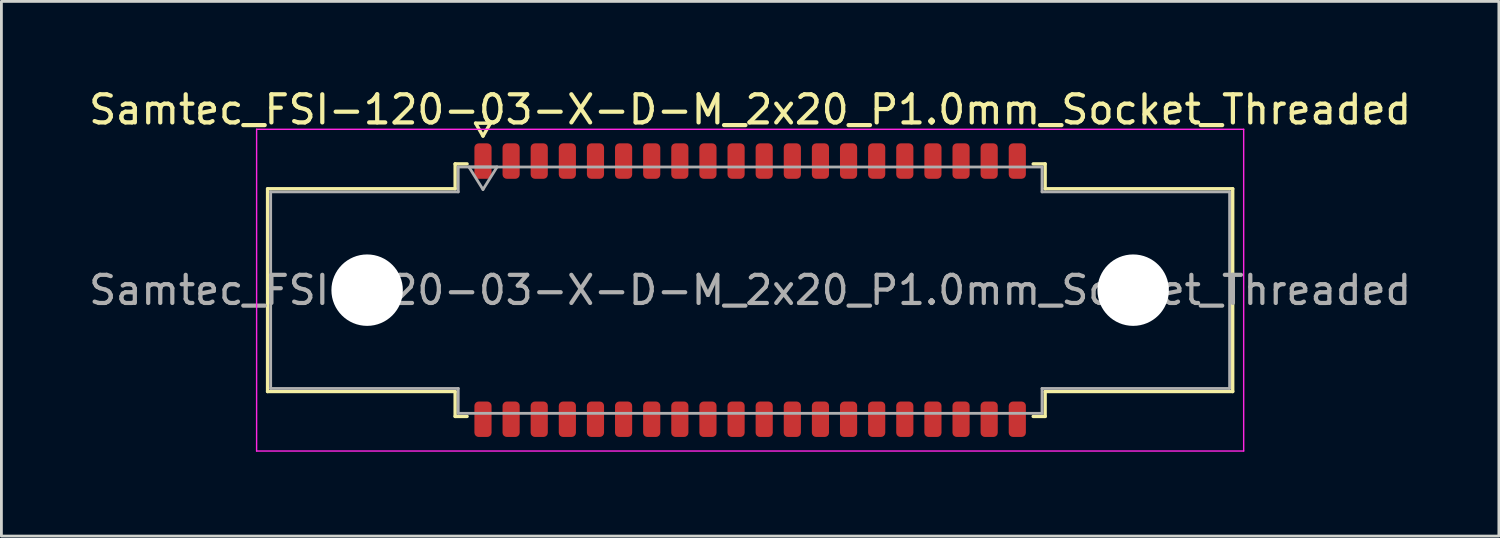
<source format=kicad_pcb>
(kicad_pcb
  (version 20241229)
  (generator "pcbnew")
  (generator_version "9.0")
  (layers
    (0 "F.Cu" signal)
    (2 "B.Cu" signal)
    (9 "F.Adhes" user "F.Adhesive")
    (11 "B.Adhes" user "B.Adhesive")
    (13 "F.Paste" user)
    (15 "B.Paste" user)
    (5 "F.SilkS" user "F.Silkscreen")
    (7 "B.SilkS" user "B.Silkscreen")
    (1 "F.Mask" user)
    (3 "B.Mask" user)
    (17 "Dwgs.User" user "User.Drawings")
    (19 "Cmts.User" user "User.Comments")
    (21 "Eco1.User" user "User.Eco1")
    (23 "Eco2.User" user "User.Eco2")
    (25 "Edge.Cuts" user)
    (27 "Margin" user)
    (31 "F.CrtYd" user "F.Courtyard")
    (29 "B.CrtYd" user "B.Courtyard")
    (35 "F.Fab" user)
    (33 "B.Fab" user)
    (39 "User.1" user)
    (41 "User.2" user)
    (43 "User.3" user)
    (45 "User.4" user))
  (footprint "Samtec_FSI-120-03-X-D-M_2x20_P1.0mm_Socket_Threaded"
    (layer "F.Cu")
    (at 23.625 7.268)
    (property "Reference" "Samtec_FSI-120-03-X-D-M_2x20_P1.0mm_Socket_Threaded" (at 0 -6.42 0) (layer "F.SilkS") (effects (font (size 1 1) (thickness 0.15))))
    (attr smd)
    (fp_line (start -17.16 -3.605) (end -10.49 -3.605) (stroke (width 0.12) (type solid)) (layer "F.SilkS"))
    (fp_line (start -17.16 3.605) (end -17.16 -3.605) (stroke (width 0.12) (type solid)) (layer "F.SilkS"))
    (fp_line (start -10.49 -4.49) (end -10.065 -4.49) (stroke (width 0.12) (type solid)) (layer "F.SilkS"))
    (fp_line (start -10.49 -3.605) (end -10.49 -4.49) (stroke (width 0.12) (type solid)) (layer "F.SilkS"))
    (fp_line (start -10.49 3.605) (end -17.16 3.605) (stroke (width 0.12) (type solid)) (layer "F.SilkS"))
    (fp_line (start -10.49 4.49) (end -10.49 3.605) (stroke (width 0.12) (type solid)) (layer "F.SilkS"))
    (fp_line (start -10.065 4.49) (end -10.49 4.49) (stroke (width 0.12) (type solid)) (layer "F.SilkS"))
    (fp_line (start -9.764 -5.938) (end -9.5 -5.48) (stroke (width 0.12) (type solid)) (layer "F.SilkS"))
    (fp_line (start -9.5 -5.48) (end -9.236 -5.938) (stroke (width 0.12) (type solid)) (layer "F.SilkS"))
    (fp_line (start -9.236 -5.938) (end -9.764 -5.938) (stroke (width 0.12) (type solid)) (layer "F.SilkS"))
    (fp_line (start 10.065 -4.49) (end 10.49 -4.49) (stroke (width 0.12) (type solid)) (layer "F.SilkS"))
    (fp_line (start 10.49 -4.49) (end 10.49 -3.605) (stroke (width 0.12) (type solid)) (layer "F.SilkS"))
    (fp_line (start 10.49 -3.605) (end 17.16 -3.605) (stroke (width 0.12) (type solid)) (layer "F.SilkS"))
    (fp_line (start 10.49 3.605) (end 10.49 4.49) (stroke (width 0.12) (type solid)) (layer "F.SilkS"))
    (fp_line (start 10.49 4.49) (end 10.065 4.49) (stroke (width 0.12) (type solid)) (layer "F.SilkS"))
    (fp_line (start 17.16 -3.605) (end 17.16 3.605) (stroke (width 0.12) (type solid)) (layer "F.SilkS"))
    (fp_line (start 17.16 3.605) (end 10.49 3.605) (stroke (width 0.12) (type solid)) (layer "F.SilkS"))
    (fp_line (start -17.55 -5.72) (end -17.55 5.72) (stroke (width 0.05) (type solid)) (layer "F.CrtYd"))
    (fp_line (start -17.55 5.72) (end 17.55 5.72) (stroke (width 0.05) (type solid)) (layer "F.CrtYd"))
    (fp_line (start 17.55 -5.72) (end -17.55 -5.72) (stroke (width 0.05) (type solid)) (layer "F.CrtYd"))
    (fp_line (start 17.55 5.72) (end 17.55 -5.72) (stroke (width 0.05) (type solid)) (layer "F.CrtYd"))
    (fp_line (start -17.05 -3.495) (end -10.38 -3.495) (stroke (width 0.1) (type solid)) (layer "F.Fab"))
    (fp_line (start -17.05 3.495) (end -17.05 -3.495) (stroke (width 0.1) (type solid)) (layer "F.Fab"))
    (fp_line (start -10.38 -4.38) (end 10.38 -4.38) (stroke (width 0.1) (type solid)) (layer "F.Fab"))
    (fp_line (start -10.38 -3.495) (end -10.38 -4.38) (stroke (width 0.1) (type solid)) (layer "F.Fab"))
    (fp_line (start -10.38 3.495) (end -17.05 3.495) (stroke (width 0.1) (type solid)) (layer "F.Fab"))
    (fp_line (start -10.38 4.38) (end -10.38 3.495) (stroke (width 0.1) (type solid)) (layer "F.Fab"))
    (fp_line (start -10 -4.38) (end -9.5 -3.58) (stroke (width 0.1) (type solid)) (layer "F.Fab"))
    (fp_line (start -9.5 -3.58) (end -9 -4.38) (stroke (width 0.1) (type solid)) (layer "F.Fab"))
    (fp_line (start -9 -4.38) (end -10 -4.38) (stroke (width 0.1) (type solid)) (layer "F.Fab"))
    (fp_line (start 10.38 -4.38) (end 10.38 -3.495) (stroke (width 0.1) (type solid)) (layer "F.Fab"))
    (fp_line (start 10.38 -3.495) (end 17.05 -3.495) (stroke (width 0.1) (type solid)) (layer "F.Fab"))
    (fp_line (start 10.38 3.495) (end 10.38 4.38) (stroke (width 0.1) (type solid)) (layer "F.Fab"))
    (fp_line (start 10.38 4.38) (end -10.38 4.38) (stroke (width 0.1) (type solid)) (layer "F.Fab"))
    (fp_line (start 17.05 -3.495) (end 17.05 3.495) (stroke (width 0.1) (type solid)) (layer "F.Fab"))
    (fp_line (start 17.05 3.495) (end 10.38 3.495) (stroke (width 0.1) (type solid)) (layer "F.Fab"))
    (fp_text user "${REFERENCE}" (at 0 0 0) (layer "F.Fab") (effects (font (size 1 1) (thickness 0.15))))
    (pad "" np_thru_hole circle (at -13.62 0) (size 2.54 2.54) (drill 2.54) (layers "*.Cu" "*.Mask"))
    (pad "" np_thru_hole circle (at 13.62 0) (size 2.54 2.54) (drill 2.54) (layers "*.Cu" "*.Mask"))
    (pad "1" smd roundrect (at -9.5 -4.59) (size 0.61 1.26) (layers "F.Cu" "F.Mask" "F.Paste") (roundrect_rratio 0.25))
    (pad "2" smd roundrect (at -9.5 4.59) (size 0.61 1.26) (layers "F.Cu" "F.Mask" "F.Paste") (roundrect_rratio 0.25))
    (pad "3" smd roundrect (at -8.5 -4.59) (size 0.61 1.26) (layers "F.Cu" "F.Mask" "F.Paste") (roundrect_rratio 0.25))
    (pad "4" smd roundrect (at -8.5 4.59) (size 0.61 1.26) (layers "F.Cu" "F.Mask" "F.Paste") (roundrect_rratio 0.25))
    (pad "5" smd roundrect (at -7.5 -4.59) (size 0.61 1.26) (layers "F.Cu" "F.Mask" "F.Paste") (roundrect_rratio 0.25))
    (pad "6" smd roundrect (at -7.5 4.59) (size 0.61 1.26) (layers "F.Cu" "F.Mask" "F.Paste") (roundrect_rratio 0.25))
    (pad "7" smd roundrect (at -6.5 -4.59) (size 0.61 1.26) (layers "F.Cu" "F.Mask" "F.Paste") (roundrect_rratio 0.25))
    (pad "8" smd roundrect (at -6.5 4.59) (size 0.61 1.26) (layers "F.Cu" "F.Mask" "F.Paste") (roundrect_rratio 0.25))
    (pad "9" smd roundrect (at -5.5 -4.59) (size 0.61 1.26) (layers "F.Cu" "F.Mask" "F.Paste") (roundrect_rratio 0.25))
    (pad "10" smd roundrect (at -5.5 4.59) (size 0.61 1.26) (layers "F.Cu" "F.Mask" "F.Paste") (roundrect_rratio 0.25))
    (pad "11" smd roundrect (at -4.5 -4.59) (size 0.61 1.26) (layers "F.Cu" "F.Mask" "F.Paste") (roundrect_rratio 0.25))
    (pad "12" smd roundrect (at -4.5 4.59) (size 0.61 1.26) (layers "F.Cu" "F.Mask" "F.Paste") (roundrect_rratio 0.25))
    (pad "13" smd roundrect (at -3.5 -4.59) (size 0.61 1.26) (layers "F.Cu" "F.Mask" "F.Paste") (roundrect_rratio 0.25))
    (pad "14" smd roundrect (at -3.5 4.59) (size 0.61 1.26) (layers "F.Cu" "F.Mask" "F.Paste") (roundrect_rratio 0.25))
    (pad "15" smd roundrect (at -2.5 -4.59) (size 0.61 1.26) (layers "F.Cu" "F.Mask" "F.Paste") (roundrect_rratio 0.25))
    (pad "16" smd roundrect (at -2.5 4.59) (size 0.61 1.26) (layers "F.Cu" "F.Mask" "F.Paste") (roundrect_rratio 0.25))
    (pad "17" smd roundrect (at -1.5 -4.59) (size 0.61 1.26) (layers "F.Cu" "F.Mask" "F.Paste") (roundrect_rratio 0.25))
    (pad "18" smd roundrect (at -1.5 4.59) (size 0.61 1.26) (layers "F.Cu" "F.Mask" "F.Paste") (roundrect_rratio 0.25))
    (pad "19" smd roundrect (at -0.5 -4.59) (size 0.61 1.26) (layers "F.Cu" "F.Mask" "F.Paste") (roundrect_rratio 0.25))
    (pad "20" smd roundrect (at -0.5 4.59) (size 0.61 1.26) (layers "F.Cu" "F.Mask" "F.Paste") (roundrect_rratio 0.25))
    (pad "21" smd roundrect (at 0.5 -4.59) (size 0.61 1.26) (layers "F.Cu" "F.Mask" "F.Paste") (roundrect_rratio 0.25))
    (pad "22" smd roundrect (at 0.5 4.59) (size 0.61 1.26) (layers "F.Cu" "F.Mask" "F.Paste") (roundrect_rratio 0.25))
    (pad "23" smd roundrect (at 1.5 -4.59) (size 0.61 1.26) (layers "F.Cu" "F.Mask" "F.Paste") (roundrect_rratio 0.25))
    (pad "24" smd roundrect (at 1.5 4.59) (size 0.61 1.26) (layers "F.Cu" "F.Mask" "F.Paste") (roundrect_rratio 0.25))
    (pad "25" smd roundrect (at 2.5 -4.59) (size 0.61 1.26) (layers "F.Cu" "F.Mask" "F.Paste") (roundrect_rratio 0.25))
    (pad "26" smd roundrect (at 2.5 4.59) (size 0.61 1.26) (layers "F.Cu" "F.Mask" "F.Paste") (roundrect_rratio 0.25))
    (pad "27" smd roundrect (at 3.5 -4.59) (size 0.61 1.26) (layers "F.Cu" "F.Mask" "F.Paste") (roundrect_rratio 0.25))
    (pad "28" smd roundrect (at 3.5 4.59) (size 0.61 1.26) (layers "F.Cu" "F.Mask" "F.Paste") (roundrect_rratio 0.25))
    (pad "29" smd roundrect (at 4.5 -4.59) (size 0.61 1.26) (layers "F.Cu" "F.Mask" "F.Paste") (roundrect_rratio 0.25))
    (pad "30" smd roundrect (at 4.5 4.59) (size 0.61 1.26) (layers "F.Cu" "F.Mask" "F.Paste") (roundrect_rratio 0.25))
    (pad "31" smd roundrect (at 5.5 -4.59) (size 0.61 1.26) (layers "F.Cu" "F.Mask" "F.Paste") (roundrect_rratio 0.25))
    (pad "32" smd roundrect (at 5.5 4.59) (size 0.61 1.26) (layers "F.Cu" "F.Mask" "F.Paste") (roundrect_rratio 0.25))
    (pad "33" smd roundrect (at 6.5 -4.59) (size 0.61 1.26) (layers "F.Cu" "F.Mask" "F.Paste") (roundrect_rratio 0.25))
    (pad "34" smd roundrect (at 6.5 4.59) (size 0.61 1.26) (layers "F.Cu" "F.Mask" "F.Paste") (roundrect_rratio 0.25))
    (pad "35" smd roundrect (at 7.5 -4.59) (size 0.61 1.26) (layers "F.Cu" "F.Mask" "F.Paste") (roundrect_rratio 0.25))
    (pad "36" smd roundrect (at 7.5 4.59) (size 0.61 1.26) (layers "F.Cu" "F.Mask" "F.Paste") (roundrect_rratio 0.25))
    (pad "37" smd roundrect (at 8.5 -4.59) (size 0.61 1.26) (layers "F.Cu" "F.Mask" "F.Paste") (roundrect_rratio 0.25))
    (pad "38" smd roundrect (at 8.5 4.59) (size 0.61 1.26) (layers "F.Cu" "F.Mask" "F.Paste") (roundrect_rratio 0.25))
    (pad "39" smd roundrect (at 9.5 -4.59) (size 0.61 1.26) (layers "F.Cu" "F.Mask" "F.Paste") (roundrect_rratio 0.25))
    (pad "40" smd roundrect (at 9.5 4.59) (size 0.61 1.26) (layers "F.Cu" "F.Mask" "F.Paste") (roundrect_rratio 0.25)))
  (gr_rect
    (start -3 -3)
    (end 50.25 16.013)
    (stroke (width 0.1) (type default))
    (fill no)
    (layer "Edge.Cuts")))
</source>
